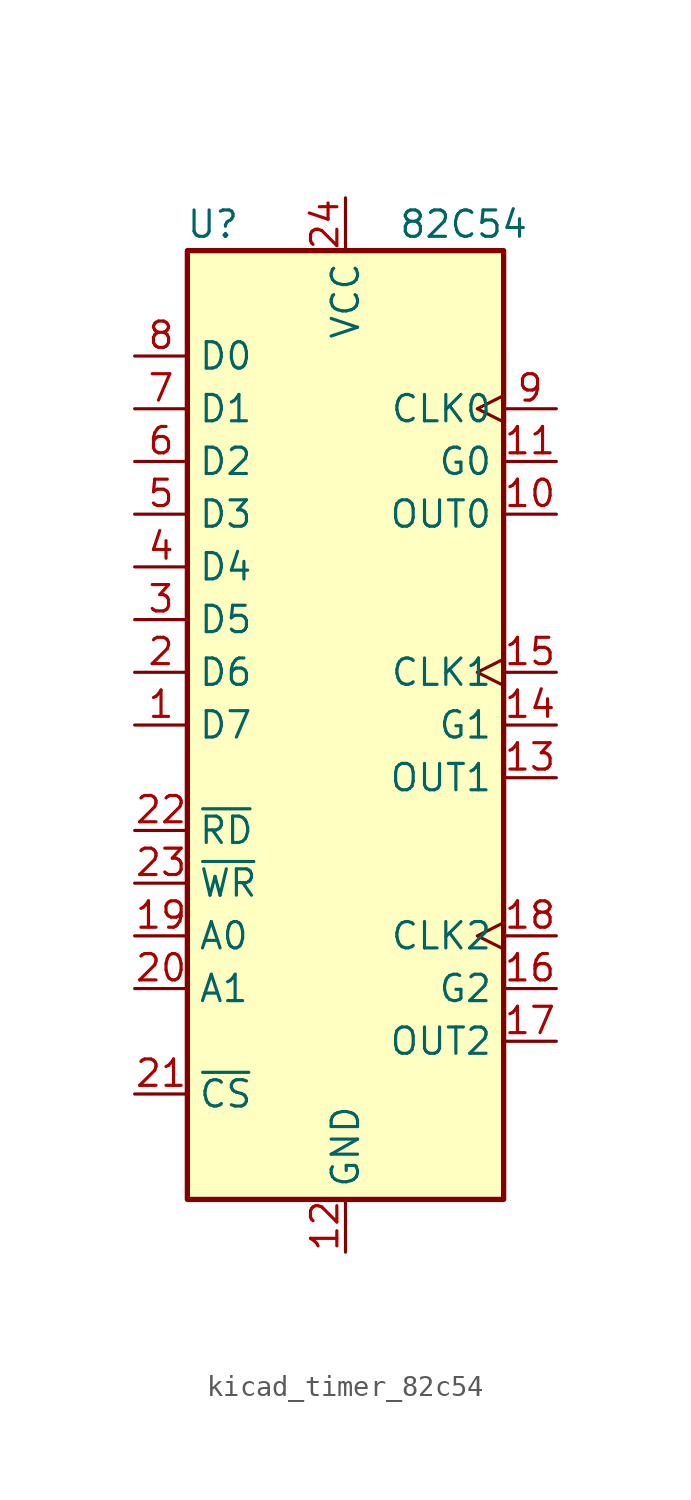
<source format=kicad_sym>
(kicad_symbol_lib
  (version 20220914)
  (generator kicad_symbol_editor)
  (symbol "kicad_timer_82c54"
    (property "Reference" "U"
      (at -5.08 24.13 0)
      (effects (font (size 1.27 1.27)) (justify right)))
    (property "Value" "82C54"
      (at 2.54 24.13 0)
      (effects (font (size 1.27 1.27)) (justify left)))
    (symbol "kicad_timer_82c54_0_1"
      (rectangle (start -7.62 -22.86) (end 7.62 22.86) (stroke (width 0.254) (type default)) (fill (type background))))
    (symbol "kicad_timer_82c54_1_1"
      (pin bidirectional line (at -10.16 0 0) (length 2.54) (name "D7" (effects (font (size 1.27 1.27)))) (number "1" (effects (font (size 1.27 1.27)))))
      (pin output line (at 10.16 10.16 180) (length 2.54) (name "OUT0" (effects (font (size 1.27 1.27)))) (number "10" (effects (font (size 1.27 1.27)))))
      (pin input line (at 10.16 12.7 180) (length 2.54) (name "G0" (effects (font (size 1.27 1.27)))) (number "11" (effects (font (size 1.27 1.27)))))
      (pin power_in line (at 0 -25.4 90) (length 2.54) (name "GND" (effects (font (size 1.27 1.27)))) (number "12" (effects (font (size 1.27 1.27)))))
      (pin output line (at 10.16 -2.54 180) (length 2.54) (name "OUT1" (effects (font (size 1.27 1.27)))) (number "13" (effects (font (size 1.27 1.27)))))
      (pin input line (at 10.16 0 180) (length 2.54) (name "G1" (effects (font (size 1.27 1.27)))) (number "14" (effects (font (size 1.27 1.27)))))
      (pin input clock (at 10.16 2.54 180) (length 2.54) (name "CLK1" (effects (font (size 1.27 1.27)))) (number "15" (effects (font (size 1.27 1.27)))))
      (pin input line (at 10.16 -12.7 180) (length 2.54) (name "G2" (effects (font (size 1.27 1.27)))) (number "16" (effects (font (size 1.27 1.27)))))
      (pin output line (at 10.16 -15.24 180) (length 2.54) (name "OUT2" (effects (font (size 1.27 1.27)))) (number "17" (effects (font (size 1.27 1.27)))))
      (pin input clock (at 10.16 -10.16 180) (length 2.54) (name "CLK2" (effects (font (size 1.27 1.27)))) (number "18" (effects (font (size 1.27 1.27)))))
      (pin input line (at -10.16 -10.16 0) (length 2.54) (name "A0" (effects (font (size 1.27 1.27)))) (number "19" (effects (font (size 1.27 1.27)))))
      (pin bidirectional line (at -10.16 2.54 0) (length 2.54) (name "D6" (effects (font (size 1.27 1.27)))) (number "2" (effects (font (size 1.27 1.27)))))
      (pin input line (at -10.16 -12.7 0) (length 2.54) (name "A1" (effects (font (size 1.27 1.27)))) (number "20" (effects (font (size 1.27 1.27)))))
      (pin input line (at -10.16 -17.78 0) (length 2.54) (name "~{CS}" (effects (font (size 1.27 1.27)))) (number "21" (effects (font (size 1.27 1.27)))))
      (pin input line (at -10.16 -5.08 0) (length 2.54) (name "~{RD}" (effects (font (size 1.27 1.27)))) (number "22" (effects (font (size 1.27 1.27)))))
      (pin input line (at -10.16 -7.62 0) (length 2.54) (name "~{WR}" (effects (font (size 1.27 1.27)))) (number "23" (effects (font (size 1.27 1.27)))))
      (pin power_in line (at 0 25.4 270) (length 2.54) (name "VCC" (effects (font (size 1.27 1.27)))) (number "24" (effects (font (size 1.27 1.27)))))
      (pin bidirectional line (at -10.16 5.08 0) (length 2.54) (name "D5" (effects (font (size 1.27 1.27)))) (number "3" (effects (font (size 1.27 1.27)))))
      (pin bidirectional line (at -10.16 7.62 0) (length 2.54) (name "D4" (effects (font (size 1.27 1.27)))) (number "4" (effects (font (size 1.27 1.27)))))
      (pin bidirectional line (at -10.16 10.16 0) (length 2.54) (name "D3" (effects (font (size 1.27 1.27)))) (number "5" (effects (font (size 1.27 1.27)))))
      (pin bidirectional line (at -10.16 12.7 0) (length 2.54) (name "D2" (effects (font (size 1.27 1.27)))) (number "6" (effects (font (size 1.27 1.27)))))
      (pin bidirectional line (at -10.16 15.24 0) (length 2.54) (name "D1" (effects (font (size 1.27 1.27)))) (number "7" (effects (font (size 1.27 1.27)))))
      (pin bidirectional line (at -10.16 17.78 0) (length 2.54) (name "D0" (effects (font (size 1.27 1.27)))) (number "8" (effects (font (size 1.27 1.27)))))
      (pin input clock (at 10.16 15.24 180) (length 2.54) (name "CLK0" (effects (font (size 1.27 1.27)))) (number "9" (effects (font (size 1.27 1.27))))))))
</source>
